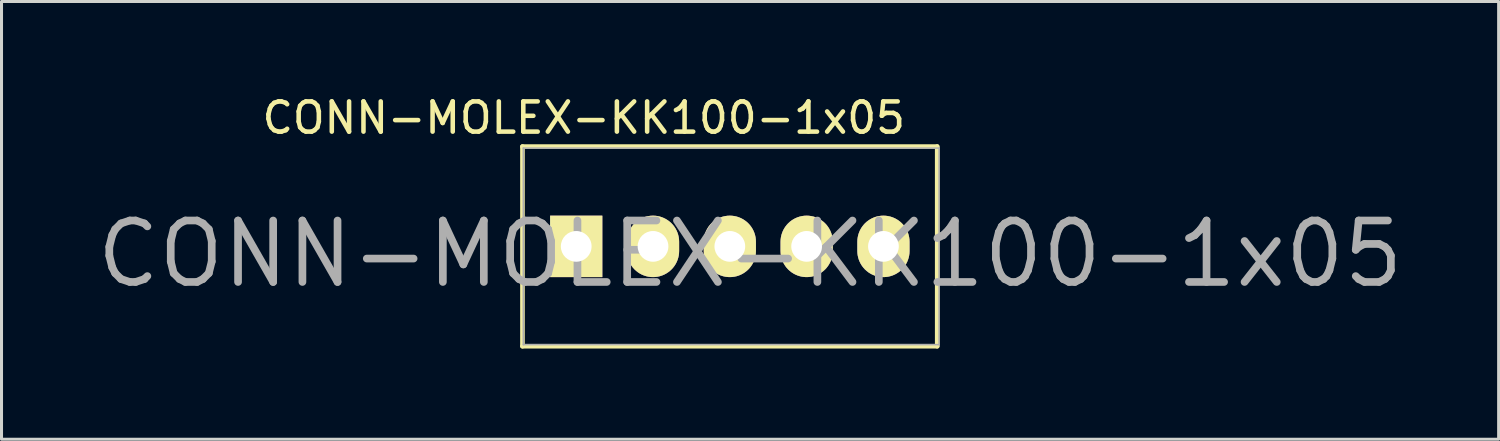
<source format=kicad_pcb>
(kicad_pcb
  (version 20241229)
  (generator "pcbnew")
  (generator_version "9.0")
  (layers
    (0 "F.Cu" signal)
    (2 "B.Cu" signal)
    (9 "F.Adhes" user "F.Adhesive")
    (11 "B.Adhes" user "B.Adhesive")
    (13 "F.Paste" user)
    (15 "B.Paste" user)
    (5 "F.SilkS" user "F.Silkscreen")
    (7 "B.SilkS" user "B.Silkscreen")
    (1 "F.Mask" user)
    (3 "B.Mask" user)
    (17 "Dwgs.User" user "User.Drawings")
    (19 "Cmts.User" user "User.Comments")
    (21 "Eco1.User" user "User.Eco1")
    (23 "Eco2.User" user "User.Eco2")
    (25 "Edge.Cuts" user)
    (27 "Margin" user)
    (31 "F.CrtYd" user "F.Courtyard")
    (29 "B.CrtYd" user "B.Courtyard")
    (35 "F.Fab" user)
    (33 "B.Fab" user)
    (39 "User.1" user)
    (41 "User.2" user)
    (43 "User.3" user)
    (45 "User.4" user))
  (footprint "CONN-MOLEX-KK100-1x05"
    (layer "F.Cu")
    (at 16.006 5.098)
    (property "Reference" "CONN-MOLEX-KK100-1x05" (at 5.75 0.25 0) (layer "F.Fab") (effects (font (size 2.032 2.032) (thickness 0.254))))
    (attr smd)
    (fp_line (start -1.778 -3.302) (end -1.778 3.302) (stroke (width 0.152) (type solid)) (layer "F.SilkS"))
    (fp_line (start -1.778 3.302) (end 11.938 3.302) (stroke (width 0.152) (type solid)) (layer "F.SilkS"))
    (fp_line (start 11.938 -3.302) (end -1.778 -3.302) (stroke (width 0.152) (type solid)) (layer "F.SilkS"))
    (fp_line (start 11.938 3.302) (end 11.938 -3.302) (stroke (width 0.152) (type solid)) (layer "F.SilkS"))
    (fp_line (start -1.75 -3.25) (end 12 -3.25) (stroke (width 0.051) (type solid)) (layer "F.Fab"))
    (fp_line (start -1.75 3.25) (end -1.75 -3.25) (stroke (width 0.051) (type solid)) (layer "F.Fab"))
    (fp_line (start 12 -3.25) (end 12 3.25) (stroke (width 0.051) (type solid)) (layer "F.Fab"))
    (fp_line (start 12 3.25) (end -1.75 3.25) (stroke (width 0.051) (type solid)) (layer "F.Fab"))
    (fp_text user "${REFERENCE}" (at 0.25 -4.25 0) (layer "F.SilkS") (effects (font (size 1 1) (thickness 0.15))))
    (pad "1" thru_hole rect (at 0 0) (size 1.727 2.032) (drill 1.016) (layers "*.Cu" "*.Mask" "F.SilkS"))
    (pad "2" thru_hole oval (at 2.54 0) (size 1.727 2.032) (drill 1.016) (layers "*.Cu" "*.Mask" "F.SilkS"))
    (pad "3" thru_hole oval (at 5.08 0) (size 1.727 2.032) (drill 1.016) (layers "*.Cu" "*.Mask" "F.SilkS"))
    (pad "4" thru_hole oval (at 7.62 0) (size 1.727 2.032) (drill 1.016) (layers "*.Cu" "*.Mask" "F.SilkS"))
    (pad "5" thru_hole oval (at 10.16 0) (size 1.727 2.032) (drill 1.016) (layers "*.Cu" "*.Mask" "F.SilkS")))
  (gr_rect
    (start -3 -3)
    (end 46.511 11.476)
    (stroke (width 0.1) (type default))
    (fill no)
    (layer "Edge.Cuts")))
</source>
